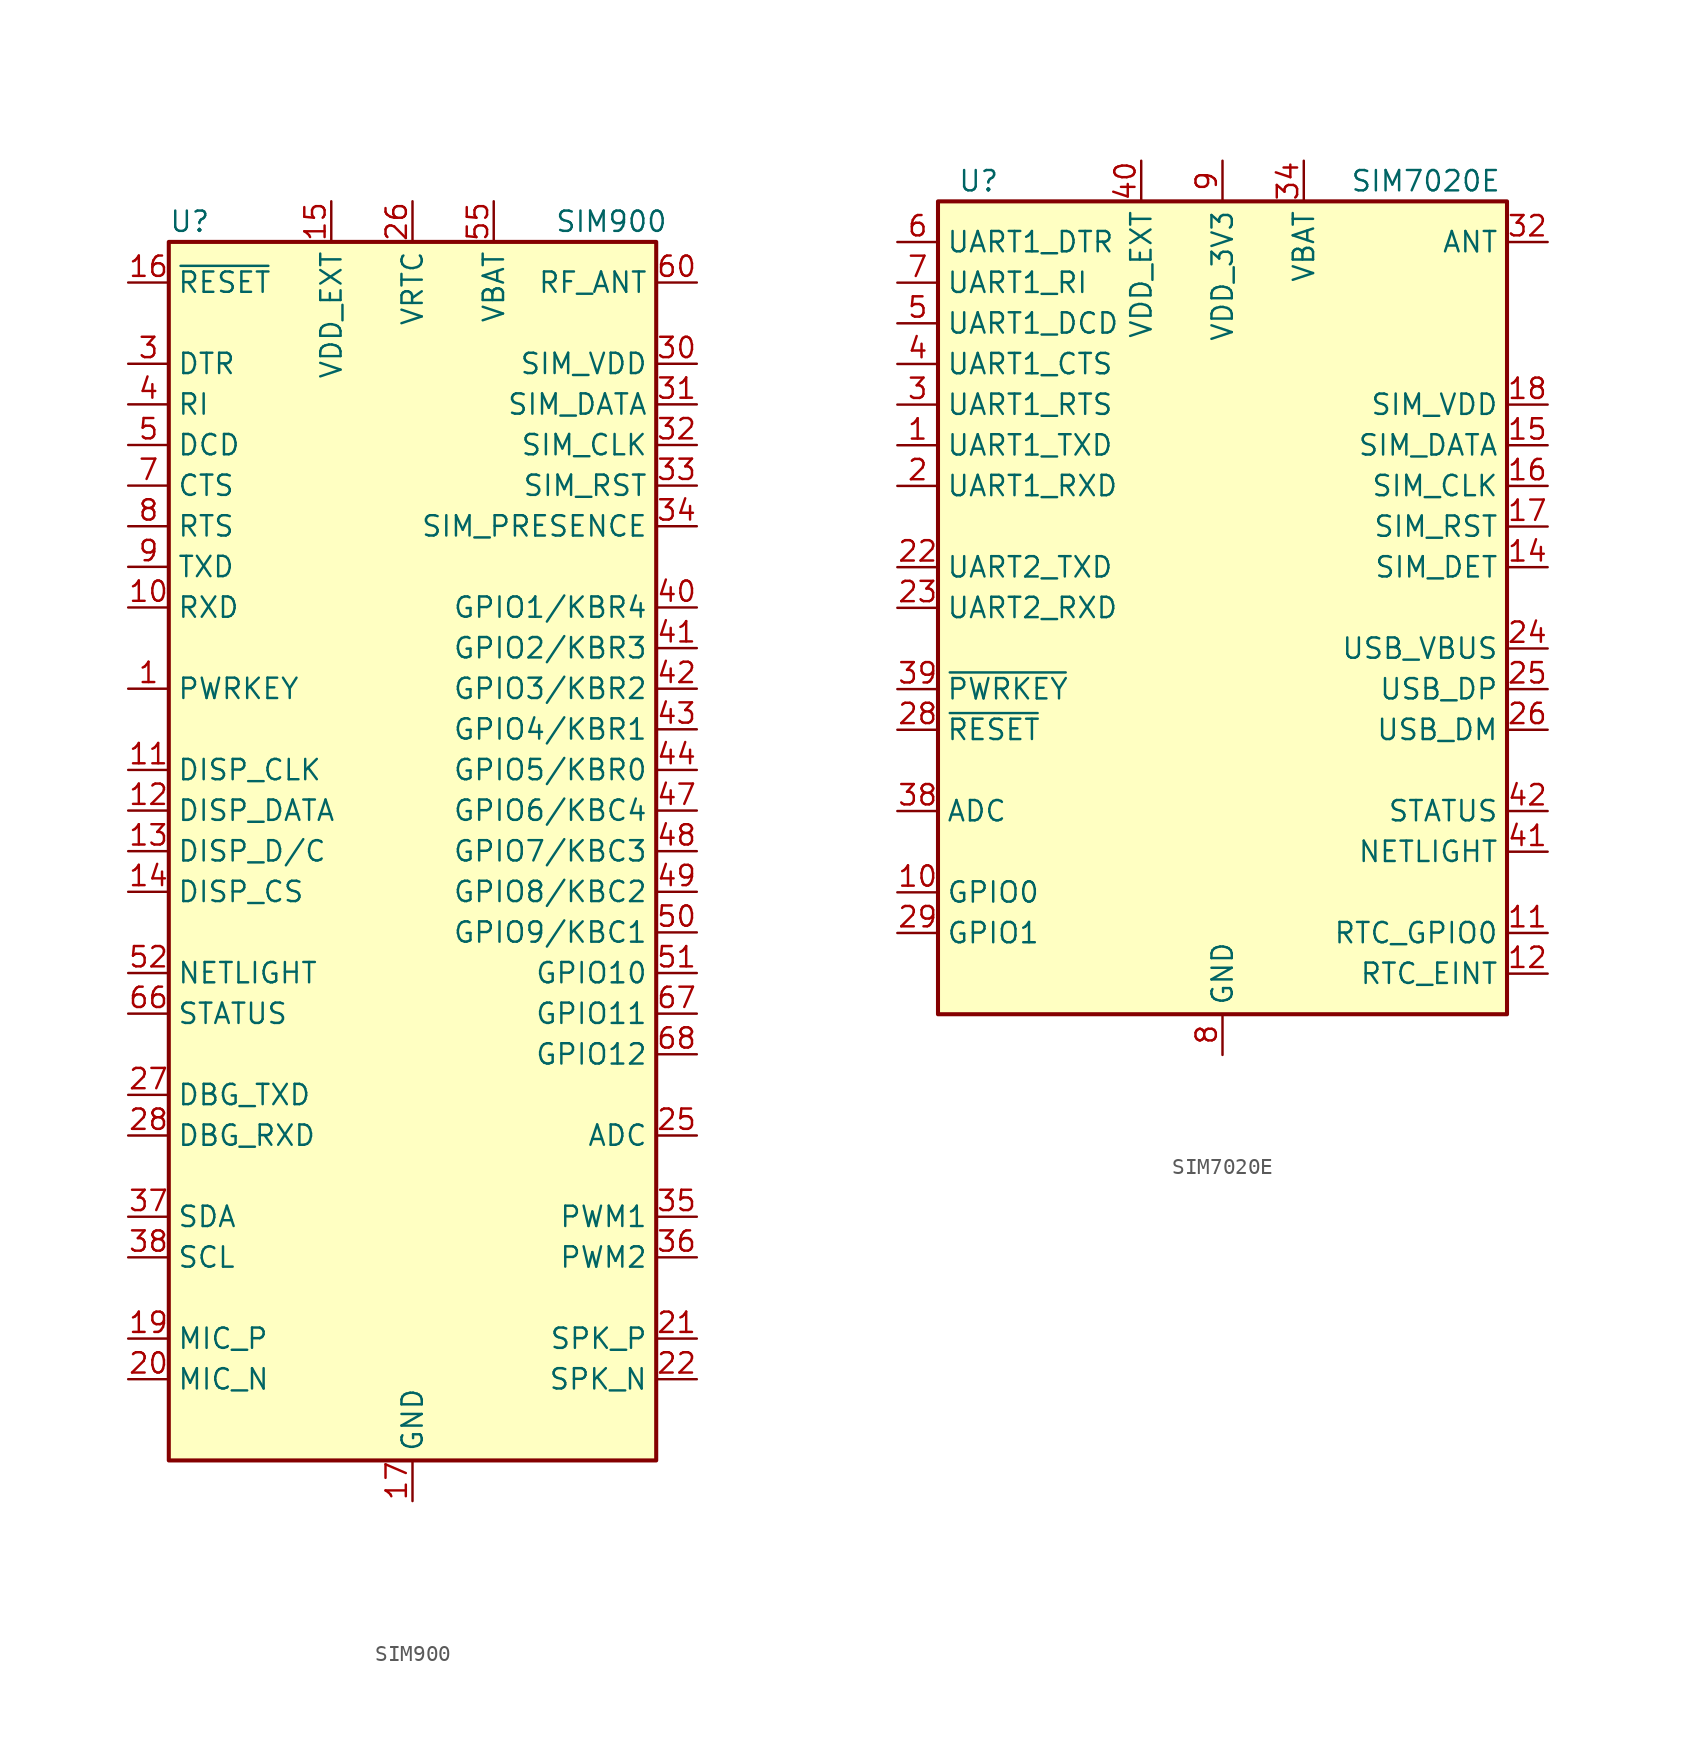
<source format=kicad_sym>
(kicad_symbol_lib
  (version 20211014)
  (generator kicad_symbol_editor)
  (symbol "SIM900"
    (property "Reference" "U"
      (at -15.24 39.37 0)
      (effects (font (size 1.27 1.27)) (justify left)))
    (property "Value" "SIM900"
      (at 8.89 39.37 0)
      (effects (font (size 1.27 1.27)) (justify left)))
    (symbol "SIM900_0_1"
      (rectangle (start -15.24 38.1) (end 15.24 -38.1) (stroke (width 0.254) (type default) (color 0 0 0 0)) (fill (type background))))
    (symbol "SIM900_1_1"
      (pin input line (at -17.78 10.16 0) (length 2.54) (name "PWRKEY" (effects (font (size 1.27 1.27)))) (number "1" (effects (font (size 1.27 1.27)))))
      (pin input line (at -17.78 15.24 0) (length 2.54) (name "RXD" (effects (font (size 1.27 1.27)))) (number "10" (effects (font (size 1.27 1.27)))))
      (pin output line (at -17.78 5.08 0) (length 2.54) (name "DISP_CLK" (effects (font (size 1.27 1.27)))) (number "11" (effects (font (size 1.27 1.27)))))
      (pin bidirectional line (at -17.78 2.54 0) (length 2.54) (name "DISP_DATA" (effects (font (size 1.27 1.27)))) (number "12" (effects (font (size 1.27 1.27)))))
      (pin output line (at -17.78 0 0) (length 2.54) (name "DISP_D/C" (effects (font (size 1.27 1.27)))) (number "13" (effects (font (size 1.27 1.27)))))
      (pin output line (at -17.78 -2.54 0) (length 2.54) (name "DISP_CS" (effects (font (size 1.27 1.27)))) (number "14" (effects (font (size 1.27 1.27)))))
      (pin power_out line (at -5.08 40.64 270) (length 2.54) (name "VDD_EXT" (effects (font (size 1.27 1.27)))) (number "15" (effects (font (size 1.27 1.27)))))
      (pin input line (at -17.78 35.56 0) (length 2.54) (name "~{RESET}" (effects (font (size 1.27 1.27)))) (number "16" (effects (font (size 1.27 1.27)))))
      (pin power_in line (at 0 -40.64 90) (length 2.54) (name "GND" (effects (font (size 1.27 1.27)))) (number "17" (effects (font (size 1.27 1.27)))))
      (pin passive line (at 0 -40.64 90) (length 2.54) hide (name "GND" (effects (font (size 1.27 1.27)))) (number "18" (effects (font (size 1.27 1.27)))))
      (pin input line (at -17.78 -30.48 0) (length 2.54) (name "MIC_P" (effects (font (size 1.27 1.27)))) (number "19" (effects (font (size 1.27 1.27)))))
      (pin no_connect line (at 15.24 33.02 180) (length 2.54) hide (name "NC" (effects (font (size 1.27 1.27)))) (number "2" (effects (font (size 1.27 1.27)))))
      (pin input line (at -17.78 -33.02 0) (length 2.54) (name "MIC_N" (effects (font (size 1.27 1.27)))) (number "20" (effects (font (size 1.27 1.27)))))
      (pin output line (at 17.78 -30.48 180) (length 2.54) (name "SPK_P" (effects (font (size 1.27 1.27)))) (number "21" (effects (font (size 1.27 1.27)))))
      (pin output line (at 17.78 -33.02 180) (length 2.54) (name "SPK_N" (effects (font (size 1.27 1.27)))) (number "22" (effects (font (size 1.27 1.27)))))
      (pin no_connect line (at 15.24 -15.24 180) (length 2.54) hide (name "NC" (effects (font (size 1.27 1.27)))) (number "23" (effects (font (size 1.27 1.27)))))
      (pin no_connect line (at 15.24 -27.94 180) (length 2.54) hide (name "NC" (effects (font (size 1.27 1.27)))) (number "24" (effects (font (size 1.27 1.27)))))
      (pin input line (at 17.78 -17.78 180) (length 2.54) (name "ADC" (effects (font (size 1.27 1.27)))) (number "25" (effects (font (size 1.27 1.27)))))
      (pin power_in line (at 0 40.64 270) (length 2.54) (name "VRTC" (effects (font (size 1.27 1.27)))) (number "26" (effects (font (size 1.27 1.27)))))
      (pin output line (at -17.78 -15.24 0) (length 2.54) (name "DBG_TXD" (effects (font (size 1.27 1.27)))) (number "27" (effects (font (size 1.27 1.27)))))
      (pin input line (at -17.78 -17.78 0) (length 2.54) (name "DBG_RXD" (effects (font (size 1.27 1.27)))) (number "28" (effects (font (size 1.27 1.27)))))
      (pin passive line (at 0 -40.64 90) (length 2.54) hide (name "GND" (effects (font (size 1.27 1.27)))) (number "29" (effects (font (size 1.27 1.27)))))
      (pin input line (at -17.78 30.48 0) (length 2.54) (name "DTR" (effects (font (size 1.27 1.27)))) (number "3" (effects (font (size 1.27 1.27)))))
      (pin power_out line (at 17.78 30.48 180) (length 2.54) (name "SIM_VDD" (effects (font (size 1.27 1.27)))) (number "30" (effects (font (size 1.27 1.27)))))
      (pin bidirectional line (at 17.78 27.94 180) (length 2.54) (name "SIM_DATA" (effects (font (size 1.27 1.27)))) (number "31" (effects (font (size 1.27 1.27)))))
      (pin output line (at 17.78 25.4 180) (length 2.54) (name "SIM_CLK" (effects (font (size 1.27 1.27)))) (number "32" (effects (font (size 1.27 1.27)))))
      (pin output line (at 17.78 22.86 180) (length 2.54) (name "SIM_RST" (effects (font (size 1.27 1.27)))) (number "33" (effects (font (size 1.27 1.27)))))
      (pin input line (at 17.78 20.32 180) (length 2.54) (name "SIM_PRESENCE" (effects (font (size 1.27 1.27)))) (number "34" (effects (font (size 1.27 1.27)))))
      (pin output line (at 17.78 -22.86 180) (length 2.54) (name "PWM1" (effects (font (size 1.27 1.27)))) (number "35" (effects (font (size 1.27 1.27)))))
      (pin output line (at 17.78 -25.4 180) (length 2.54) (name "PWM2" (effects (font (size 1.27 1.27)))) (number "36" (effects (font (size 1.27 1.27)))))
      (pin bidirectional line (at -17.78 -22.86 0) (length 2.54) (name "SDA" (effects (font (size 1.27 1.27)))) (number "37" (effects (font (size 1.27 1.27)))))
      (pin output line (at -17.78 -25.4 0) (length 2.54) (name "SCL" (effects (font (size 1.27 1.27)))) (number "38" (effects (font (size 1.27 1.27)))))
      (pin passive line (at 0 -40.64 90) (length 2.54) hide (name "GND" (effects (font (size 1.27 1.27)))) (number "39" (effects (font (size 1.27 1.27)))))
      (pin output line (at -17.78 27.94 0) (length 2.54) (name "RI" (effects (font (size 1.27 1.27)))) (number "4" (effects (font (size 1.27 1.27)))))
      (pin bidirectional line (at 17.78 15.24 180) (length 2.54) (name "GPIO1/KBR4" (effects (font (size 1.27 1.27)))) (number "40" (effects (font (size 1.27 1.27)))))
      (pin bidirectional line (at 17.78 12.7 180) (length 2.54) (name "GPIO2/KBR3" (effects (font (size 1.27 1.27)))) (number "41" (effects (font (size 1.27 1.27)))))
      (pin bidirectional line (at 17.78 10.16 180) (length 2.54) (name "GPIO3/KBR2" (effects (font (size 1.27 1.27)))) (number "42" (effects (font (size 1.27 1.27)))))
      (pin bidirectional line (at 17.78 7.62 180) (length 2.54) (name "GPIO4/KBR1" (effects (font (size 1.27 1.27)))) (number "43" (effects (font (size 1.27 1.27)))))
      (pin bidirectional line (at 17.78 5.08 180) (length 2.54) (name "GPIO5/KBR0" (effects (font (size 1.27 1.27)))) (number "44" (effects (font (size 1.27 1.27)))))
      (pin passive line (at 0 -40.64 90) (length 2.54) hide (name "GND" (effects (font (size 1.27 1.27)))) (number "45" (effects (font (size 1.27 1.27)))))
      (pin passive line (at 0 -40.64 90) (length 2.54) hide (name "GND" (effects (font (size 1.27 1.27)))) (number "46" (effects (font (size 1.27 1.27)))))
      (pin bidirectional line (at 17.78 2.54 180) (length 2.54) (name "GPIO6/KBC4" (effects (font (size 1.27 1.27)))) (number "47" (effects (font (size 1.27 1.27)))))
      (pin bidirectional line (at 17.78 0 180) (length 2.54) (name "GPIO7/KBC3" (effects (font (size 1.27 1.27)))) (number "48" (effects (font (size 1.27 1.27)))))
      (pin bidirectional line (at 17.78 -2.54 180) (length 2.54) (name "GPIO8/KBC2" (effects (font (size 1.27 1.27)))) (number "49" (effects (font (size 1.27 1.27)))))
      (pin output line (at -17.78 25.4 0) (length 2.54) (name "DCD" (effects (font (size 1.27 1.27)))) (number "5" (effects (font (size 1.27 1.27)))))
      (pin bidirectional line (at 17.78 -5.08 180) (length 2.54) (name "GPIO9/KBC1" (effects (font (size 1.27 1.27)))) (number "50" (effects (font (size 1.27 1.27)))))
      (pin bidirectional line (at 17.78 -7.62 180) (length 2.54) (name "GPIO10" (effects (font (size 1.27 1.27)))) (number "51" (effects (font (size 1.27 1.27)))))
      (pin output line (at -17.78 -7.62 0) (length 2.54) (name "NETLIGHT" (effects (font (size 1.27 1.27)))) (number "52" (effects (font (size 1.27 1.27)))))
      (pin passive line (at 0 -40.64 90) (length 2.54) hide (name "GND" (effects (font (size 1.27 1.27)))) (number "53" (effects (font (size 1.27 1.27)))))
      (pin passive line (at 0 -40.64 90) (length 2.54) hide (name "GND" (effects (font (size 1.27 1.27)))) (number "54" (effects (font (size 1.27 1.27)))))
      (pin power_in line (at 5.08 40.64 270) (length 2.54) (name "VBAT" (effects (font (size 1.27 1.27)))) (number "55" (effects (font (size 1.27 1.27)))))
      (pin passive line (at 5.08 40.64 270) (length 2.54) hide (name "VBAT" (effects (font (size 1.27 1.27)))) (number "56" (effects (font (size 1.27 1.27)))))
      (pin passive line (at 5.08 40.64 270) (length 2.54) hide (name "VBAT" (effects (font (size 1.27 1.27)))) (number "57" (effects (font (size 1.27 1.27)))))
      (pin passive line (at 0 -40.64 90) (length 2.54) hide (name "GND" (effects (font (size 1.27 1.27)))) (number "58" (effects (font (size 1.27 1.27)))))
      (pin passive line (at 0 -40.64 90) (length 2.54) hide (name "GND" (effects (font (size 1.27 1.27)))) (number "59" (effects (font (size 1.27 1.27)))))
      (pin no_connect line (at 15.24 17.78 180) (length 2.54) hide (name "NC" (effects (font (size 1.27 1.27)))) (number "6" (effects (font (size 1.27 1.27)))))
      (pin passive line (at 17.78 35.56 180) (length 2.54) (name "RF_ANT" (effects (font (size 1.27 1.27)))) (number "60" (effects (font (size 1.27 1.27)))))
      (pin passive line (at 0 -40.64 90) (length 2.54) hide (name "GND" (effects (font (size 1.27 1.27)))) (number "61" (effects (font (size 1.27 1.27)))))
      (pin passive line (at 0 -40.64 90) (length 2.54) hide (name "GND" (effects (font (size 1.27 1.27)))) (number "62" (effects (font (size 1.27 1.27)))))
      (pin passive line (at 0 -40.64 90) (length 2.54) hide (name "GND" (effects (font (size 1.27 1.27)))) (number "63" (effects (font (size 1.27 1.27)))))
      (pin passive line (at 0 -40.64 90) (length 2.54) hide (name "GND" (effects (font (size 1.27 1.27)))) (number "64" (effects (font (size 1.27 1.27)))))
      (pin passive line (at 0 -40.64 90) (length 2.54) hide (name "GND" (effects (font (size 1.27 1.27)))) (number "65" (effects (font (size 1.27 1.27)))))
      (pin output line (at -17.78 -10.16 0) (length 2.54) (name "STATUS" (effects (font (size 1.27 1.27)))) (number "66" (effects (font (size 1.27 1.27)))))
      (pin bidirectional line (at 17.78 -10.16 180) (length 2.54) (name "GPIO11" (effects (font (size 1.27 1.27)))) (number "67" (effects (font (size 1.27 1.27)))))
      (pin bidirectional line (at 17.78 -12.7 180) (length 2.54) (name "GPIO12" (effects (font (size 1.27 1.27)))) (number "68" (effects (font (size 1.27 1.27)))))
      (pin output line (at -17.78 22.86 0) (length 2.54) (name "CTS" (effects (font (size 1.27 1.27)))) (number "7" (effects (font (size 1.27 1.27)))))
      (pin input line (at -17.78 20.32 0) (length 2.54) (name "RTS" (effects (font (size 1.27 1.27)))) (number "8" (effects (font (size 1.27 1.27)))))
      (pin output line (at -17.78 17.78 0) (length 2.54) (name "TXD" (effects (font (size 1.27 1.27)))) (number "9" (effects (font (size 1.27 1.27)))))))
  (symbol "SIM7020E"
    (property "Reference" "U"
      (at -15.24 26.67 0)
      (effects (font (size 1.27 1.27))))
    (property "Value" "SIM7020E"
      (at 12.7 26.67 0)
      (effects (font (size 1.27 1.27))))
    (symbol "SIM7020E_0_1"
      (rectangle (start -17.78 25.4) (end 17.78 -25.4) (stroke (width 0.254) (type default) (color 0 0 0 0)) (fill (type background))))
    (symbol "SIM7020E_1_1"
      (pin output line (at -20.32 10.16 0) (length 2.54) (name "UART1_TXD" (effects (font (size 1.27 1.27)))) (number "1" (effects (font (size 1.27 1.27)))))
      (pin bidirectional line (at -20.32 -17.78 0) (length 2.54) (name "GPIO0" (effects (font (size 1.27 1.27)))) (number "10" (effects (font (size 1.27 1.27)))))
      (pin output line (at 20.32 -20.32 180) (length 2.54) (name "RTC_GPIO0" (effects (font (size 1.27 1.27)))) (number "11" (effects (font (size 1.27 1.27)))))
      (pin input line (at 20.32 -22.86 180) (length 2.54) (name "RTC_EINT" (effects (font (size 1.27 1.27)))) (number "12" (effects (font (size 1.27 1.27)))))
      (pin passive line (at 0 -27.94 90) (length 2.54) hide (name "GND" (effects (font (size 1.27 1.27)))) (number "13" (effects (font (size 1.27 1.27)))))
      (pin input line (at 20.32 2.54 180) (length 2.54) (name "SIM_DET" (effects (font (size 1.27 1.27)))) (number "14" (effects (font (size 1.27 1.27)))))
      (pin bidirectional line (at 20.32 10.16 180) (length 2.54) (name "SIM_DATA" (effects (font (size 1.27 1.27)))) (number "15" (effects (font (size 1.27 1.27)))))
      (pin output line (at 20.32 7.62 180) (length 2.54) (name "SIM_CLK" (effects (font (size 1.27 1.27)))) (number "16" (effects (font (size 1.27 1.27)))))
      (pin output line (at 20.32 5.08 180) (length 2.54) (name "SIM_RST" (effects (font (size 1.27 1.27)))) (number "17" (effects (font (size 1.27 1.27)))))
      (pin power_out line (at 20.32 12.7 180) (length 2.54) (name "SIM_VDD" (effects (font (size 1.27 1.27)))) (number "18" (effects (font (size 1.27 1.27)))))
      (pin passive line (at 0 -27.94 90) (length 2.54) hide (name "GND" (effects (font (size 1.27 1.27)))) (number "19" (effects (font (size 1.27 1.27)))))
      (pin input line (at -20.32 7.62 0) (length 2.54) (name "UART1_RXD" (effects (font (size 1.27 1.27)))) (number "2" (effects (font (size 1.27 1.27)))))
      (pin no_connect line (at 17.78 17.78 180) (length 2.54) hide (name "NC" (effects (font (size 1.27 1.27)))) (number "20" (effects (font (size 1.27 1.27)))))
      (pin passive line (at 0 -27.94 90) (length 2.54) hide (name "GND" (effects (font (size 1.27 1.27)))) (number "21" (effects (font (size 1.27 1.27)))))
      (pin output line (at -20.32 2.54 0) (length 2.54) (name "UART2_TXD" (effects (font (size 1.27 1.27)))) (number "22" (effects (font (size 1.27 1.27)))))
      (pin input line (at -20.32 0 0) (length 2.54) (name "UART2_RXD" (effects (font (size 1.27 1.27)))) (number "23" (effects (font (size 1.27 1.27)))))
      (pin input line (at 20.32 -2.54 180) (length 2.54) (name "USB_VBUS" (effects (font (size 1.27 1.27)))) (number "24" (effects (font (size 1.27 1.27)))))
      (pin bidirectional line (at 20.32 -5.08 180) (length 2.54) (name "USB_DP" (effects (font (size 1.27 1.27)))) (number "25" (effects (font (size 1.27 1.27)))))
      (pin bidirectional line (at 20.32 -7.62 180) (length 2.54) (name "USB_DM" (effects (font (size 1.27 1.27)))) (number "26" (effects (font (size 1.27 1.27)))))
      (pin passive line (at 0 -27.94 90) (length 2.54) hide (name "GND" (effects (font (size 1.27 1.27)))) (number "27" (effects (font (size 1.27 1.27)))))
      (pin input line (at -20.32 -7.62 0) (length 2.54) (name "~{RESET}" (effects (font (size 1.27 1.27)))) (number "28" (effects (font (size 1.27 1.27)))))
      (pin bidirectional line (at -20.32 -20.32 0) (length 2.54) (name "GPIO1" (effects (font (size 1.27 1.27)))) (number "29" (effects (font (size 1.27 1.27)))))
      (pin input line (at -20.32 12.7 0) (length 2.54) (name "UART1_RTS" (effects (font (size 1.27 1.27)))) (number "3" (effects (font (size 1.27 1.27)))))
      (pin passive line (at 0 -27.94 90) (length 2.54) hide (name "GND" (effects (font (size 1.27 1.27)))) (number "30" (effects (font (size 1.27 1.27)))))
      (pin passive line (at 0 -27.94 90) (length 2.54) hide (name "GND" (effects (font (size 1.27 1.27)))) (number "31" (effects (font (size 1.27 1.27)))))
      (pin passive line (at 20.32 22.86 180) (length 2.54) (name "ANT" (effects (font (size 1.27 1.27)))) (number "32" (effects (font (size 1.27 1.27)))))
      (pin passive line (at 0 -27.94 90) (length 2.54) hide (name "GND" (effects (font (size 1.27 1.27)))) (number "33" (effects (font (size 1.27 1.27)))))
      (pin power_in line (at 5.08 27.94 270) (length 2.54) (name "VBAT" (effects (font (size 1.27 1.27)))) (number "34" (effects (font (size 1.27 1.27)))))
      (pin passive line (at 5.08 27.94 270) (length 2.54) hide (name "VBAT" (effects (font (size 1.27 1.27)))) (number "35" (effects (font (size 1.27 1.27)))))
      (pin passive line (at 0 -27.94 90) (length 2.54) hide (name "GND" (effects (font (size 1.27 1.27)))) (number "36" (effects (font (size 1.27 1.27)))))
      (pin passive line (at 0 -27.94 90) (length 2.54) hide (name "GND" (effects (font (size 1.27 1.27)))) (number "37" (effects (font (size 1.27 1.27)))))
      (pin input line (at -20.32 -12.7 0) (length 2.54) (name "ADC" (effects (font (size 1.27 1.27)))) (number "38" (effects (font (size 1.27 1.27)))))
      (pin input line (at -20.32 -5.08 0) (length 2.54) (name "~{PWRKEY}" (effects (font (size 1.27 1.27)))) (number "39" (effects (font (size 1.27 1.27)))))
      (pin output line (at -20.32 15.24 0) (length 2.54) (name "UART1_CTS" (effects (font (size 1.27 1.27)))) (number "4" (effects (font (size 1.27 1.27)))))
      (pin power_out line (at -5.08 27.94 270) (length 2.54) (name "VDD_EXT" (effects (font (size 1.27 1.27)))) (number "40" (effects (font (size 1.27 1.27)))))
      (pin output line (at 20.32 -15.24 180) (length 2.54) (name "NETLIGHT" (effects (font (size 1.27 1.27)))) (number "41" (effects (font (size 1.27 1.27)))))
      (pin output line (at 20.32 -12.7 180) (length 2.54) (name "STATUS" (effects (font (size 1.27 1.27)))) (number "42" (effects (font (size 1.27 1.27)))))
      (pin output line (at -20.32 17.78 0) (length 2.54) (name "UART1_DCD" (effects (font (size 1.27 1.27)))) (number "5" (effects (font (size 1.27 1.27)))))
      (pin input line (at -20.32 22.86 0) (length 2.54) (name "UART1_DTR" (effects (font (size 1.27 1.27)))) (number "6" (effects (font (size 1.27 1.27)))))
      (pin output line (at -20.32 20.32 0) (length 2.54) (name "UART1_RI" (effects (font (size 1.27 1.27)))) (number "7" (effects (font (size 1.27 1.27)))))
      (pin power_in line (at 0 -27.94 90) (length 2.54) (name "GND" (effects (font (size 1.27 1.27)))) (number "8" (effects (font (size 1.27 1.27)))))
      (pin power_out line (at 0 27.94 270) (length 2.54) (name "VDD_3V3" (effects (font (size 1.27 1.27)))) (number "9" (effects (font (size 1.27 1.27))))))))
</source>
